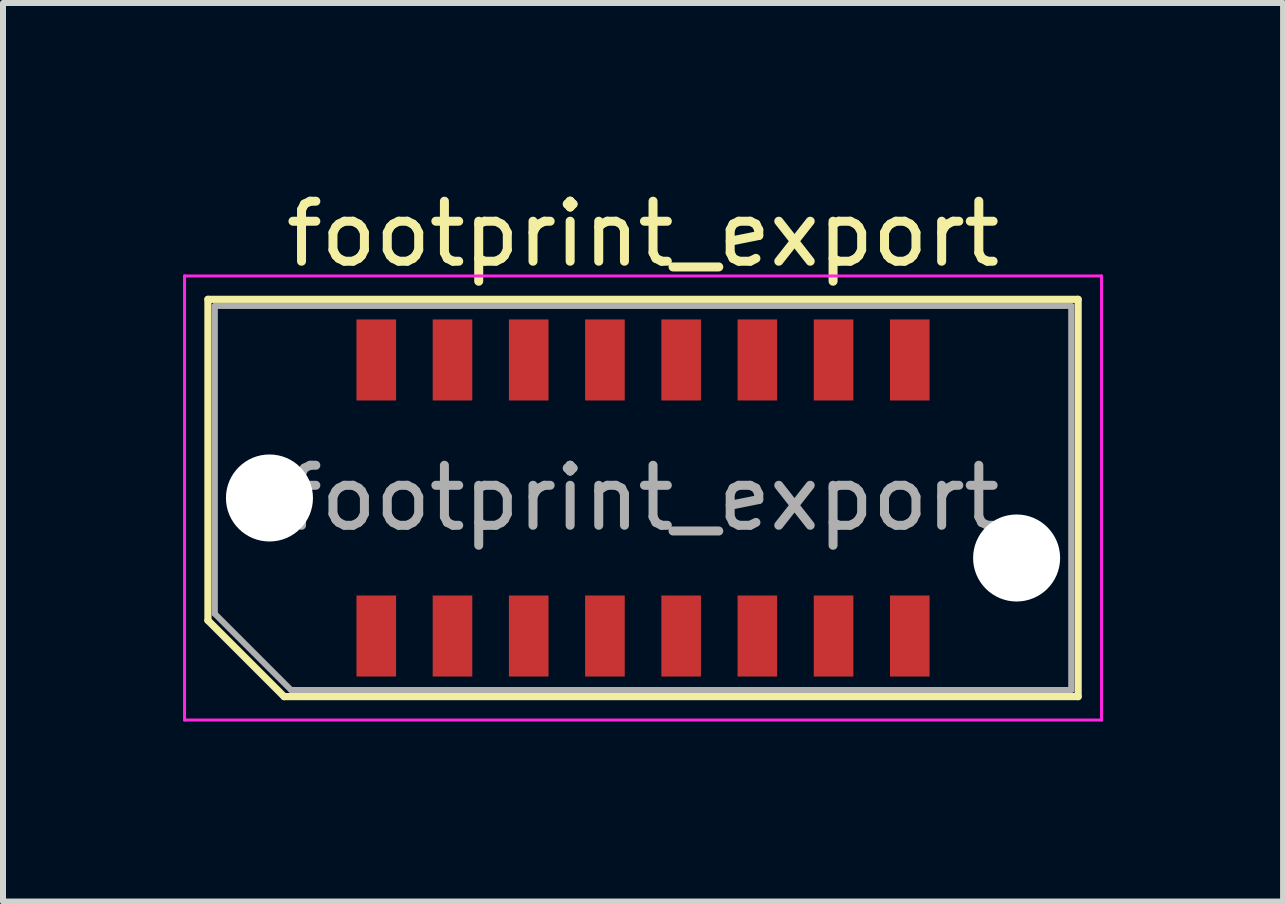
<source format=kicad_pcb>
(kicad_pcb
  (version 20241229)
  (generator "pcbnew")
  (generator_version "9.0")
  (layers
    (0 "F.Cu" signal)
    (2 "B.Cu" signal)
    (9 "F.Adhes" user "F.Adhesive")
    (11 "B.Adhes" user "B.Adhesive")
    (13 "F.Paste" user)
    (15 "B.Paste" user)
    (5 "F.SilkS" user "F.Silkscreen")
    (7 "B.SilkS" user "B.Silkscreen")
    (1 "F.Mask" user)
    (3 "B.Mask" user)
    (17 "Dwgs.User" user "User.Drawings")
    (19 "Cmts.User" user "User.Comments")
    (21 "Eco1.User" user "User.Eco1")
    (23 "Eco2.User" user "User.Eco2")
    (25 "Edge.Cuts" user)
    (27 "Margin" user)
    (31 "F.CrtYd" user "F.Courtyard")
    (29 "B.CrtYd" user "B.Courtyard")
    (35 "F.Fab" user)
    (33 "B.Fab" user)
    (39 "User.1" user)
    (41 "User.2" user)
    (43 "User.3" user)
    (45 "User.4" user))
  (footprint "footprint_export"
    (layer "F.Cu")
    (at 7.665 5.248)
    (property "Reference" "footprint_export" (at 0 -4.4 0) (layer "F.SilkS") (effects (font (size 1 1) (thickness 0.15))))
    (attr smd)
    (fp_line (start -7.25 -3.31) (end 7.25 -3.31) (stroke (width 0.12) (type solid)) (layer "F.SilkS"))
    (fp_line (start -7.25 2.04) (end -7.25 -3.31) (stroke (width 0.12) (type solid)) (layer "F.SilkS"))
    (fp_line (start -5.98 3.31) (end -7.25 2.04) (stroke (width 0.12) (type solid)) (layer "F.SilkS"))
    (fp_line (start -5.98 3.31) (end 7.25 3.31) (stroke (width 0.12) (type solid)) (layer "F.SilkS"))
    (fp_line (start 7.25 3.31) (end 7.25 -3.31) (stroke (width 0.12) (type solid)) (layer "F.SilkS"))
    (fp_line (start -7.64 -3.7) (end -7.64 3.7) (stroke (width 0.05) (type solid)) (layer "F.CrtYd"))
    (fp_line (start -7.64 3.7) (end 7.64 3.7) (stroke (width 0.05) (type solid)) (layer "F.CrtYd"))
    (fp_line (start 7.64 -3.7) (end -7.64 -3.7) (stroke (width 0.05) (type solid)) (layer "F.CrtYd"))
    (fp_line (start 7.64 3.7) (end 7.64 -3.7) (stroke (width 0.05) (type solid)) (layer "F.CrtYd"))
    (fp_line (start -7.135 -3.2) (end 7.135 -3.2) (stroke (width 0.1) (type solid)) (layer "F.Fab"))
    (fp_line (start -7.135 1.93) (end -7.135 -3.2) (stroke (width 0.1) (type solid)) (layer "F.Fab"))
    (fp_line (start -7.135 1.93) (end -5.865 3.2) (stroke (width 0.1) (type solid)) (layer "F.Fab"))
    (fp_line (start -5.865 3.2) (end 7.135 3.2) (stroke (width 0.1) (type solid)) (layer "F.Fab"))
    (fp_line (start 7.135 3.2) (end 7.135 -3.2) (stroke (width 0.1) (type solid)) (layer "F.Fab"))
    (fp_text user "${REFERENCE}" (at 0 0 0) (layer "F.Fab") (effects (font (size 1 1) (thickness 0.15))))
    (pad "" np_thru_hole circle (at -6.225 0) (size 1.45 1.45) (drill 1.45) (layers "*.Cu" "*.Mask"))
    (pad "" np_thru_hole circle (at 6.225 1) (size 1.45 1.45) (drill 1.45) (layers "*.Cu" "*.Mask"))
    (pad "1" smd rect (at -4.445 2.3) (size 0.66 1.35) (layers "F.Cu" "F.Mask" "F.Paste"))
    (pad "2" smd rect (at -4.445 -2.3) (size 0.66 1.35) (layers "F.Cu" "F.Mask" "F.Paste"))
    (pad "3" smd rect (at -3.175 2.3) (size 0.66 1.35) (layers "F.Cu" "F.Mask" "F.Paste"))
    (pad "4" smd rect (at -3.175 -2.3) (size 0.66 1.35) (layers "F.Cu" "F.Mask" "F.Paste"))
    (pad "5" smd rect (at -1.905 2.3) (size 0.66 1.35) (layers "F.Cu" "F.Mask" "F.Paste"))
    (pad "6" smd rect (at -1.905 -2.3) (size 0.66 1.35) (layers "F.Cu" "F.Mask" "F.Paste"))
    (pad "7" smd rect (at -0.635 2.3) (size 0.66 1.35) (layers "F.Cu" "F.Mask" "F.Paste"))
    (pad "8" smd rect (at -0.635 -2.3) (size 0.66 1.35) (layers "F.Cu" "F.Mask" "F.Paste"))
    (pad "9" smd rect (at 0.635 2.3) (size 0.66 1.35) (layers "F.Cu" "F.Mask" "F.Paste"))
    (pad "10" smd rect (at 0.635 -2.3) (size 0.66 1.35) (layers "F.Cu" "F.Mask" "F.Paste"))
    (pad "11" smd rect (at 1.905 2.3) (size 0.66 1.35) (layers "F.Cu" "F.Mask" "F.Paste"))
    (pad "12" smd rect (at 1.905 -2.3) (size 0.66 1.35) (layers "F.Cu" "F.Mask" "F.Paste"))
    (pad "13" smd rect (at 3.175 2.3) (size 0.66 1.35) (layers "F.Cu" "F.Mask" "F.Paste"))
    (pad "14" smd rect (at 3.175 -2.3) (size 0.66 1.35) (layers "F.Cu" "F.Mask" "F.Paste"))
    (pad "15" smd rect (at 4.445 2.3) (size 0.66 1.35) (layers "F.Cu" "F.Mask" "F.Paste"))
    (pad "16" smd rect (at 4.445 -2.3) (size 0.66 1.35) (layers "F.Cu" "F.Mask" "F.Paste")))
  (gr_rect
    (start -3 -3)
    (end 18.33 11.973)
    (stroke (width 0.1) (type default))
    (fill no)
    (layer "Edge.Cuts")))
</source>
